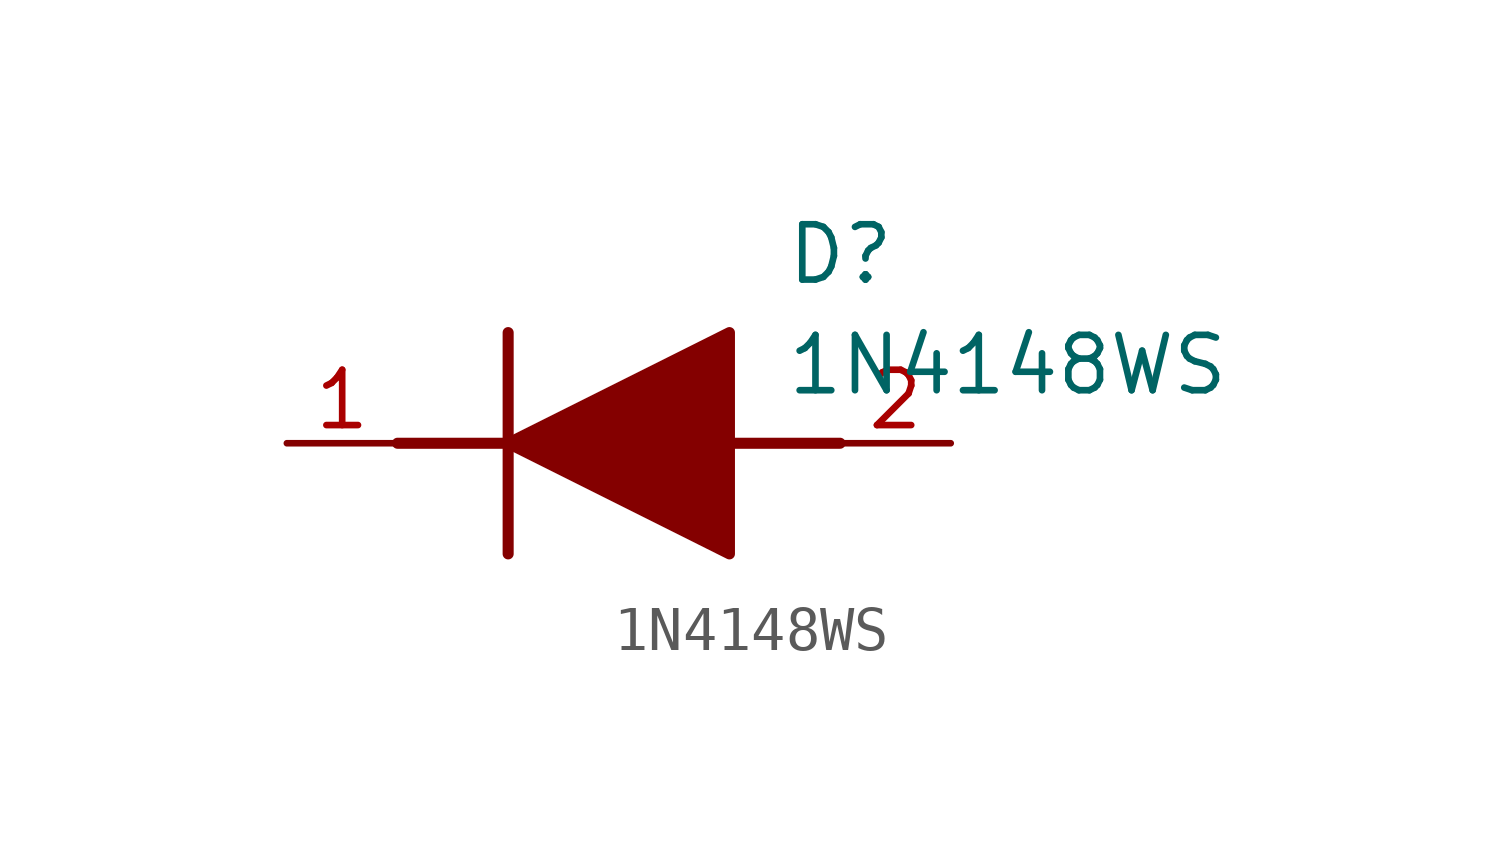
<source format=kicad_sym>
(kicad_symbol_lib
  (version 20211014)
  (generator SamacSys_ECAD_Model)
  (symbol "1N4148WS"
    (pin_names hide)
    (property "Reference" "D"
      (at 11.43 5.08 0)
      (effects (font (size 1.27 1.27)) (justify left top)))
    (property "Value" "1N4148WS"
      (at 11.43 2.54 0)
      (effects (font (size 1.27 1.27)) (justify left top)))
    (polyline
      (pts (xy 5.08 2.54) (xy 5.08 -2.54))
      (stroke (width 0.254) (type default))
      (fill (type none)))
    (polyline
      (pts (xy 2.54 0) (xy 5.08 0))
      (stroke (width 0.254) (type default))
      (fill (type none)))
    (polyline
      (pts (xy 10.16 0) (xy 12.7 0))
      (stroke (width 0.254) (type default))
      (fill (type none)))
    (polyline
      (pts (xy 5.08 0) (xy 10.16 2.54) (xy 10.16 -2.54) (xy 5.08 0))
      (stroke (width 0.254) (type default))
      (fill (type outline)))
    (pin passive line
      (at 0 0 0)
      (length 2.54)
      (name "K" (effects (font (size 1.27 1.27))))
      (number "1" (effects (font (size 1.27 1.27)))))
    (pin passive line
      (at 15.24 0 180)
      (length 2.54)
      (name "A" (effects (font (size 1.27 1.27))))
      (number "2" (effects (font (size 1.27 1.27)))))))
</source>
